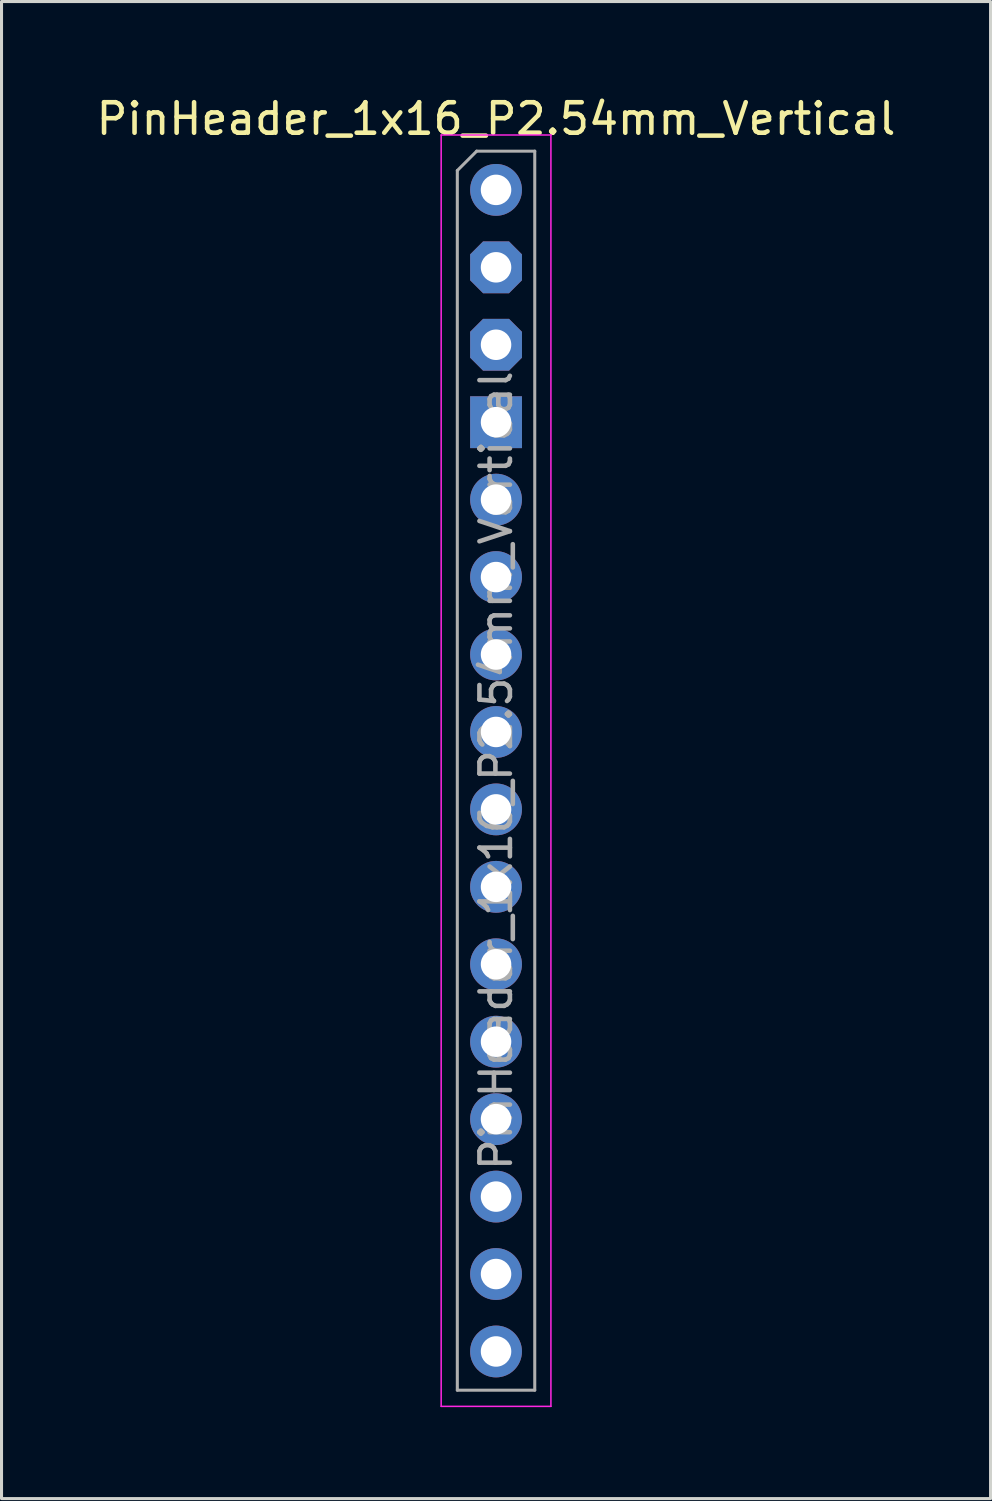
<source format=kicad_pcb>
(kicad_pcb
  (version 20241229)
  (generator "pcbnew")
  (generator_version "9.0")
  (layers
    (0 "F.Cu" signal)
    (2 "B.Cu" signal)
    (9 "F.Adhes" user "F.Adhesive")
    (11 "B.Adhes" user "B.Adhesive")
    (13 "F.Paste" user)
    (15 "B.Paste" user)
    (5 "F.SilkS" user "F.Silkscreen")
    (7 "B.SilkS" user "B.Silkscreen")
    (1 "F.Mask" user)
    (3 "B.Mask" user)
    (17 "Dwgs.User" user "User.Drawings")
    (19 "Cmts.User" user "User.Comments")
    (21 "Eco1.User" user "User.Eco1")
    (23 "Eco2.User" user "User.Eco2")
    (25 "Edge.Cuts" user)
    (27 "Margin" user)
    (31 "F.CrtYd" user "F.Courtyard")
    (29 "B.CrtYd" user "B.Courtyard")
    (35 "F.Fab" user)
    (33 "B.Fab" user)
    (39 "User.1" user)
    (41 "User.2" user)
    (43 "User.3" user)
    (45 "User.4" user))
  (footprint "PinHeader_1x16_P2.54mm_Vertical"
    (layer "F.Cu")
    (at 13.22 3.178)
    (property "Reference" "PinHeader_1x16_P2.54mm_Vertical" (at 0 -2.33 0) (layer "F.SilkS") (effects (font (size 1 1) (thickness 0.15))))
    (attr through_hole)
    (fp_line (start -1.8 -1.8) (end -1.8 39.9) (stroke (width 0.05) (type solid)) (layer "F.CrtYd"))
    (fp_line (start -1.8 39.9) (end 1.8 39.9) (stroke (width 0.05) (type solid)) (layer "F.CrtYd"))
    (fp_line (start 1.8 -1.8) (end -1.8 -1.8) (stroke (width 0.05) (type solid)) (layer "F.CrtYd"))
    (fp_line (start 1.8 39.9) (end 1.8 -1.8) (stroke (width 0.05) (type solid)) (layer "F.CrtYd"))
    (fp_line (start -1.27 -0.635) (end -0.635 -1.27) (stroke (width 0.1) (type solid)) (layer "F.Fab"))
    (fp_line (start -1.27 39.37) (end -1.27 -0.635) (stroke (width 0.1) (type solid)) (layer "F.Fab"))
    (fp_line (start -0.635 -1.27) (end 1.27 -1.27) (stroke (width 0.1) (type solid)) (layer "F.Fab"))
    (fp_line (start 1.27 -1.27) (end 1.27 39.37) (stroke (width 0.1) (type solid)) (layer "F.Fab"))
    (fp_line (start 1.27 39.37) (end -1.27 39.37) (stroke (width 0.1) (type solid)) (layer "F.Fab"))
    (fp_text user "${REFERENCE}" (at 0 19.05 90) (layer "F.Fab") (effects (font (size 1 1) (thickness 0.15))))
    (pad "1" thru_hole oval (at 0 0) (size 1.7 1.7) (drill 1) (layers "*.Cu" "*.Mask"))
    (pad "2" thru_hole roundrect (at 0 2.54) (size 1.7 1.7) (drill 1) (layers "*.Cu" "*.Mask") (roundrect_rratio 0) (chamfer_ratio 0.25) (chamfer top_left top_right bottom_left bottom_right))
    (pad "3" thru_hole roundrect (at 0 5.08) (size 1.7 1.7) (drill 1) (layers "*.Cu" "*.Mask") (roundrect_rratio 0) (chamfer_ratio 0.25) (chamfer top_left top_right bottom_left bottom_right))
    (pad "4" thru_hole rect (at 0 7.62) (size 1.7 1.7) (drill 1) (layers "*.Cu" "*.Mask"))
    (pad "5" thru_hole oval (at 0 10.16) (size 1.7 1.7) (drill 1) (layers "*.Cu" "*.Mask"))
    (pad "6" thru_hole oval (at 0 12.7) (size 1.7 1.7) (drill 1) (layers "*.Cu" "*.Mask"))
    (pad "7" thru_hole oval (at 0 15.24) (size 1.7 1.7) (drill 1) (layers "*.Cu" "*.Mask"))
    (pad "8" thru_hole oval (at 0 17.78) (size 1.7 1.7) (drill 1) (layers "*.Cu" "*.Mask"))
    (pad "9" thru_hole oval (at 0 20.32) (size 1.7 1.7) (drill 1) (layers "*.Cu" "*.Mask"))
    (pad "10" thru_hole oval (at 0 22.86) (size 1.7 1.7) (drill 1) (layers "*.Cu" "*.Mask"))
    (pad "11" thru_hole oval (at 0 25.4) (size 1.7 1.7) (drill 1) (layers "*.Cu" "*.Mask"))
    (pad "12" thru_hole oval (at 0 27.94) (size 1.7 1.7) (drill 1) (layers "*.Cu" "*.Mask"))
    (pad "13" thru_hole oval (at 0 30.48) (size 1.7 1.7) (drill 1) (layers "*.Cu" "*.Mask"))
    (pad "14" thru_hole oval (at 0 33.02) (size 1.7 1.7) (drill 1) (layers "*.Cu" "*.Mask"))
    (pad "15" thru_hole oval (at 0 35.56) (size 1.7 1.7) (drill 1) (layers "*.Cu" "*.Mask"))
    (pad "16" thru_hole oval (at 0 38.1) (size 1.7 1.7) (drill 1) (layers "*.Cu" "*.Mask")))
  (gr_rect
    (start -3 -3)
    (end 29.44 46.103)
    (stroke (width 0.1) (type default))
    (fill no)
    (layer "Edge.Cuts")))
</source>
